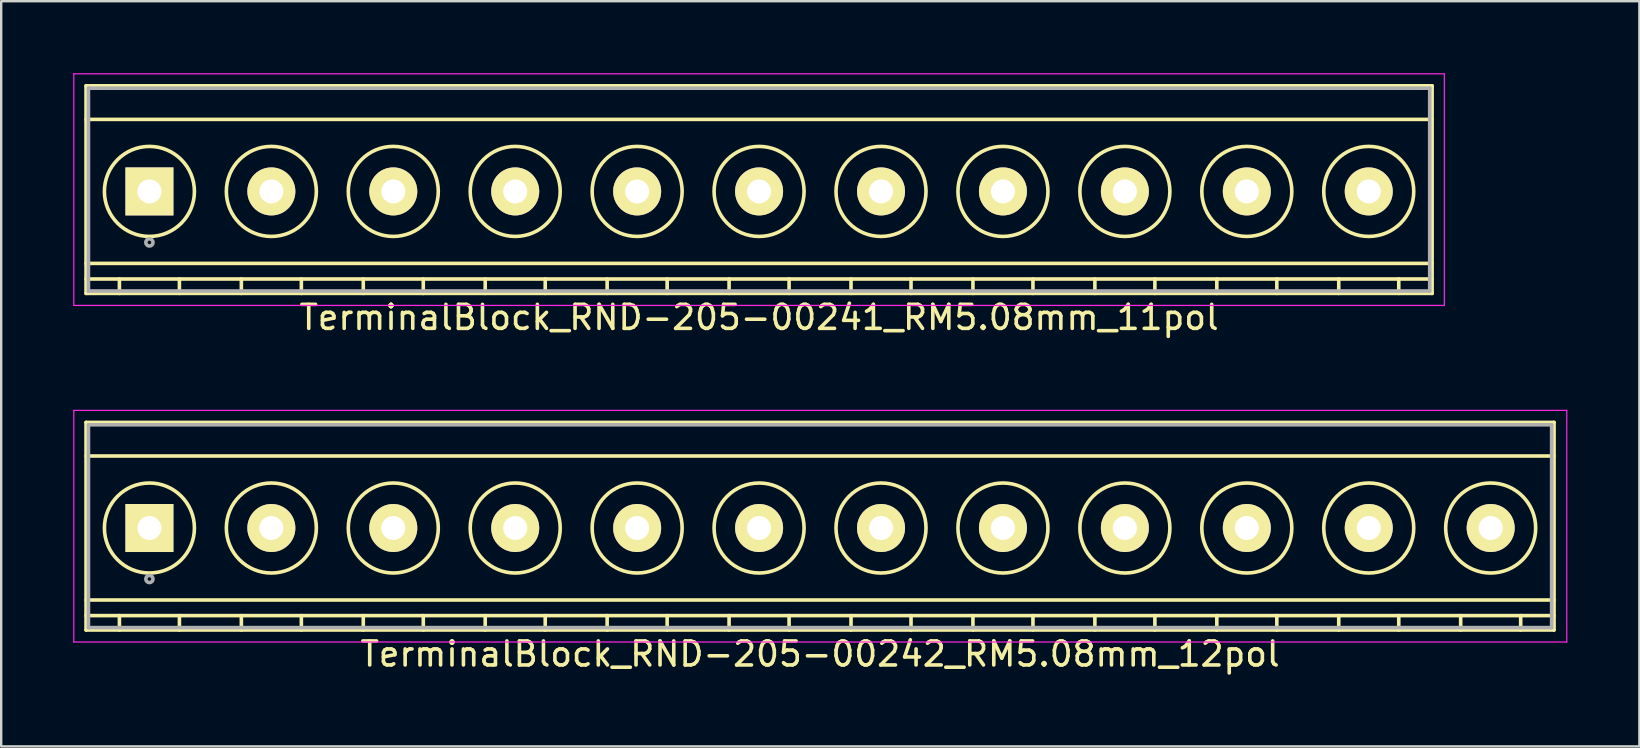
<source format=kicad_pcb>
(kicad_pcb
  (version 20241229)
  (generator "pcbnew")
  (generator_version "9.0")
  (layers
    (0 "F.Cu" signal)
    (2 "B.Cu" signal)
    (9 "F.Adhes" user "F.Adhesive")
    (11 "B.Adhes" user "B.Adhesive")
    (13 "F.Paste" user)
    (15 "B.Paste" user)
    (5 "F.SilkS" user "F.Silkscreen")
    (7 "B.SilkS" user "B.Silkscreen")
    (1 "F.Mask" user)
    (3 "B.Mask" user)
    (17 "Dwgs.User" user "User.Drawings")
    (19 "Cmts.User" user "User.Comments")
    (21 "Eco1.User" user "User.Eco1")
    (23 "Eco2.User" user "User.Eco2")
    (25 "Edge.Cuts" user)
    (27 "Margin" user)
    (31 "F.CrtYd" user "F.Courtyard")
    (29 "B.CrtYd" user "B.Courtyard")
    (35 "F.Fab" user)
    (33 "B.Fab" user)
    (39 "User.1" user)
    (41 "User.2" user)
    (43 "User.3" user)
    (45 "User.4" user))
  (footprint "TerminalBlock_RND-205-00241_RM5.08mm_11pol"
    (layer "F.Cu")
    (at 3.175 4.925)
    (property "Reference" "TerminalBlock_RND-205-00241_RM5.08mm_11pol" (at 25.4 5.25 0) (layer "F.SilkS") (effects (font (size 1 1) (thickness 0.15))))
    (attr through_hole)
    (fp_line (start -2.64 -4.4) (end 53.44 -4.4) (stroke (width 0.15) (type solid)) (layer "F.SilkS"))
    (fp_line (start -2.64 -3) (end 53.44 -3) (stroke (width 0.15) (type solid)) (layer "F.SilkS"))
    (fp_line (start -2.64 3) (end 53.44 3) (stroke (width 0.15) (type solid)) (layer "F.SilkS"))
    (fp_line (start -2.64 3.65) (end 53.44 3.65) (stroke (width 0.15) (type solid)) (layer "F.SilkS"))
    (fp_line (start -2.64 4.25) (end -2.64 -4.4) (stroke (width 0.15) (type solid)) (layer "F.SilkS"))
    (fp_line (start -1.25 3.65) (end -1.25 4.25) (stroke (width 0.15) (type solid)) (layer "F.SilkS"))
    (fp_line (start 1.25 3.65) (end 1.25 4.25) (stroke (width 0.15) (type solid)) (layer "F.SilkS"))
    (fp_line (start 3.83 3.65) (end 3.83 4.25) (stroke (width 0.15) (type solid)) (layer "F.SilkS"))
    (fp_line (start 6.33 3.65) (end 6.33 4.25) (stroke (width 0.15) (type solid)) (layer "F.SilkS"))
    (fp_line (start 8.91 3.65) (end 8.91 4.25) (stroke (width 0.15) (type solid)) (layer "F.SilkS"))
    (fp_line (start 11.41 3.65) (end 11.41 4.25) (stroke (width 0.15) (type solid)) (layer "F.SilkS"))
    (fp_line (start 13.99 3.65) (end 13.99 4.25) (stroke (width 0.15) (type solid)) (layer "F.SilkS"))
    (fp_line (start 16.49 3.65) (end 16.49 4.25) (stroke (width 0.15) (type solid)) (layer "F.SilkS"))
    (fp_line (start 19.07 3.65) (end 19.07 4.25) (stroke (width 0.15) (type solid)) (layer "F.SilkS"))
    (fp_line (start 21.57 3.65) (end 21.57 4.25) (stroke (width 0.15) (type solid)) (layer "F.SilkS"))
    (fp_line (start 24.15 3.65) (end 24.15 4.25) (stroke (width 0.15) (type solid)) (layer "F.SilkS"))
    (fp_line (start 26.65 3.65) (end 26.65 4.25) (stroke (width 0.15) (type solid)) (layer "F.SilkS"))
    (fp_line (start 29.23 3.65) (end 29.23 4.25) (stroke (width 0.15) (type solid)) (layer "F.SilkS"))
    (fp_line (start 31.73 3.65) (end 31.73 4.25) (stroke (width 0.15) (type solid)) (layer "F.SilkS"))
    (fp_line (start 34.31 3.65) (end 34.31 4.25) (stroke (width 0.15) (type solid)) (layer "F.SilkS"))
    (fp_line (start 36.81 3.65) (end 36.81 4.25) (stroke (width 0.15) (type solid)) (layer "F.SilkS"))
    (fp_line (start 39.39 3.65) (end 39.39 4.25) (stroke (width 0.15) (type solid)) (layer "F.SilkS"))
    (fp_line (start 41.89 3.65) (end 41.89 4.25) (stroke (width 0.15) (type solid)) (layer "F.SilkS"))
    (fp_line (start 44.47 3.65) (end 44.47 4.25) (stroke (width 0.15) (type solid)) (layer "F.SilkS"))
    (fp_line (start 46.97 3.65) (end 46.97 4.25) (stroke (width 0.15) (type solid)) (layer "F.SilkS"))
    (fp_line (start 49.55 3.65) (end 49.55 4.25) (stroke (width 0.15) (type solid)) (layer "F.SilkS"))
    (fp_line (start 52.05 3.65) (end 52.05 4.25) (stroke (width 0.15) (type solid)) (layer "F.SilkS"))
    (fp_line (start 53.44 -4.4) (end 53.44 4.25) (stroke (width 0.15) (type solid)) (layer "F.SilkS"))
    (fp_line (start 53.44 4.25) (end -2.64 4.25) (stroke (width 0.15) (type solid)) (layer "F.SilkS"))
    (fp_circle (center 0 0) (end -1.875 0) (stroke (width 0.15) (type solid)) (fill no) (layer "F.SilkS"))
    (fp_circle (center 5.08 0) (end 3.205 0) (stroke (width 0.15) (type solid)) (fill no) (layer "F.SilkS"))
    (fp_circle (center 10.16 0) (end 8.285 0) (stroke (width 0.15) (type solid)) (fill no) (layer "F.SilkS"))
    (fp_circle (center 15.24 0) (end 13.365 0) (stroke (width 0.15) (type solid)) (fill no) (layer "F.SilkS"))
    (fp_circle (center 20.32 0) (end 18.445 0) (stroke (width 0.15) (type solid)) (fill no) (layer "F.SilkS"))
    (fp_circle (center 25.4 0) (end 23.525 0) (stroke (width 0.15) (type solid)) (fill no) (layer "F.SilkS"))
    (fp_circle (center 30.48 0) (end 28.605 0) (stroke (width 0.15) (type solid)) (fill no) (layer "F.SilkS"))
    (fp_circle (center 35.56 0) (end 33.685 0) (stroke (width 0.15) (type solid)) (fill no) (layer "F.SilkS"))
    (fp_circle (center 40.64 0) (end 38.765 0) (stroke (width 0.15) (type solid)) (fill no) (layer "F.SilkS"))
    (fp_circle (center 45.72 0) (end 43.845 0) (stroke (width 0.15) (type solid)) (fill no) (layer "F.SilkS"))
    (fp_circle (center 50.8 0) (end 48.925 0) (stroke (width 0.15) (type solid)) (fill no) (layer "F.SilkS"))
    (fp_line (start -3.15 -4.9) (end 53.95 -4.9) (stroke (width 0.05) (type solid)) (layer "F.CrtYd"))
    (fp_line (start -3.15 4.75) (end -3.15 -4.9) (stroke (width 0.05) (type solid)) (layer "F.CrtYd"))
    (fp_line (start 53.95 -4.9) (end 53.95 4.75) (stroke (width 0.05) (type solid)) (layer "F.CrtYd"))
    (fp_line (start 53.95 4.75) (end -3.15 4.75) (stroke (width 0.05) (type solid)) (layer "F.CrtYd"))
    (fp_line (start -2.54 -4.3) (end 53.34 -4.3) (stroke (width 0.15) (type solid)) (layer "F.Fab"))
    (fp_line (start -2.54 4.15) (end -2.54 -4.3) (stroke (width 0.15) (type solid)) (layer "F.Fab"))
    (fp_line (start 53.34 -4.3) (end 53.34 4.15) (stroke (width 0.15) (type solid)) (layer "F.Fab"))
    (fp_line (start 53.34 4.15) (end -2.54 4.15) (stroke (width 0.15) (type solid)) (layer "F.Fab"))
    (fp_circle (center 0 2.125) (end -0.15 2.125) (stroke (width 0.15) (type solid)) (fill no) (layer "F.Fab"))
    (pad "1" thru_hole rect (at 0 0) (size 2 2) (drill 1) (layers "*.Cu" "*.Mask" "F.SilkS"))
    (pad "2" thru_hole circle (at 5.08 0) (size 2 2) (drill 1) (layers "*.Cu" "*.Mask" "F.SilkS"))
    (pad "3" thru_hole circle (at 10.16 0) (size 2 2) (drill 1) (layers "*.Cu" "*.Mask" "F.SilkS"))
    (pad "4" thru_hole circle (at 15.24 0) (size 2 2) (drill 1) (layers "*.Cu" "*.Mask" "F.SilkS"))
    (pad "5" thru_hole circle (at 20.32 0) (size 2 2) (drill 1) (layers "*.Cu" "*.Mask" "F.SilkS"))
    (pad "6" thru_hole circle (at 25.4 0) (size 2 2) (drill 1) (layers "*.Cu" "*.Mask" "F.SilkS"))
    (pad "7" thru_hole circle (at 30.48 0) (size 2 2) (drill 1) (layers "*.Cu" "*.Mask" "F.SilkS"))
    (pad "8" thru_hole circle (at 35.56 0) (size 2 2) (drill 1) (layers "*.Cu" "*.Mask" "F.SilkS"))
    (pad "9" thru_hole circle (at 40.64 0) (size 2 2) (drill 1) (layers "*.Cu" "*.Mask" "F.SilkS"))
    (pad "10" thru_hole circle (at 45.72 0) (size 2 2) (drill 1) (layers "*.Cu" "*.Mask" "F.SilkS"))
    (pad "11" thru_hole circle (at 50.8 0) (size 2 2) (drill 1) (layers "*.Cu" "*.Mask" "F.SilkS")))
  (footprint "TerminalBlock_RND-205-00242_RM5.08mm_12pol"
    (layer "F.Cu")
    (at 3.175 18.948)
    (property "Reference" "TerminalBlock_RND-205-00242_RM5.08mm_12pol" (at 27.94 5.25 0) (layer "F.SilkS") (effects (font (size 1 1) (thickness 0.15))))
    (attr through_hole)
    (fp_line (start -2.64 -4.4) (end 58.52 -4.4) (stroke (width 0.15) (type solid)) (layer "F.SilkS"))
    (fp_line (start -2.64 -3) (end 58.52 -3) (stroke (width 0.15) (type solid)) (layer "F.SilkS"))
    (fp_line (start -2.64 3) (end 58.52 3) (stroke (width 0.15) (type solid)) (layer "F.SilkS"))
    (fp_line (start -2.64 3.65) (end 58.52 3.65) (stroke (width 0.15) (type solid)) (layer "F.SilkS"))
    (fp_line (start -2.64 4.25) (end -2.64 -4.4) (stroke (width 0.15) (type solid)) (layer "F.SilkS"))
    (fp_line (start -1.25 3.65) (end -1.25 4.25) (stroke (width 0.15) (type solid)) (layer "F.SilkS"))
    (fp_line (start 1.25 3.65) (end 1.25 4.25) (stroke (width 0.15) (type solid)) (layer "F.SilkS"))
    (fp_line (start 3.83 3.65) (end 3.83 4.25) (stroke (width 0.15) (type solid)) (layer "F.SilkS"))
    (fp_line (start 6.33 3.65) (end 6.33 4.25) (stroke (width 0.15) (type solid)) (layer "F.SilkS"))
    (fp_line (start 8.91 3.65) (end 8.91 4.25) (stroke (width 0.15) (type solid)) (layer "F.SilkS"))
    (fp_line (start 11.41 3.65) (end 11.41 4.25) (stroke (width 0.15) (type solid)) (layer "F.SilkS"))
    (fp_line (start 13.99 3.65) (end 13.99 4.25) (stroke (width 0.15) (type solid)) (layer "F.SilkS"))
    (fp_line (start 16.49 3.65) (end 16.49 4.25) (stroke (width 0.15) (type solid)) (layer "F.SilkS"))
    (fp_line (start 19.07 3.65) (end 19.07 4.25) (stroke (width 0.15) (type solid)) (layer "F.SilkS"))
    (fp_line (start 21.57 3.65) (end 21.57 4.25) (stroke (width 0.15) (type solid)) (layer "F.SilkS"))
    (fp_line (start 24.15 3.65) (end 24.15 4.25) (stroke (width 0.15) (type solid)) (layer "F.SilkS"))
    (fp_line (start 26.65 3.65) (end 26.65 4.25) (stroke (width 0.15) (type solid)) (layer "F.SilkS"))
    (fp_line (start 29.23 3.65) (end 29.23 4.25) (stroke (width 0.15) (type solid)) (layer "F.SilkS"))
    (fp_line (start 31.73 3.65) (end 31.73 4.25) (stroke (width 0.15) (type solid)) (layer "F.SilkS"))
    (fp_line (start 34.31 3.65) (end 34.31 4.25) (stroke (width 0.15) (type solid)) (layer "F.SilkS"))
    (fp_line (start 36.81 3.65) (end 36.81 4.25) (stroke (width 0.15) (type solid)) (layer "F.SilkS"))
    (fp_line (start 39.39 3.65) (end 39.39 4.25) (stroke (width 0.15) (type solid)) (layer "F.SilkS"))
    (fp_line (start 41.89 3.65) (end 41.89 4.25) (stroke (width 0.15) (type solid)) (layer "F.SilkS"))
    (fp_line (start 44.47 3.65) (end 44.47 4.25) (stroke (width 0.15) (type solid)) (layer "F.SilkS"))
    (fp_line (start 46.97 3.65) (end 46.97 4.25) (stroke (width 0.15) (type solid)) (layer "F.SilkS"))
    (fp_line (start 49.55 3.65) (end 49.55 4.25) (stroke (width 0.15) (type solid)) (layer "F.SilkS"))
    (fp_line (start 52.05 3.65) (end 52.05 4.25) (stroke (width 0.15) (type solid)) (layer "F.SilkS"))
    (fp_line (start 54.63 3.65) (end 54.63 4.25) (stroke (width 0.15) (type solid)) (layer "F.SilkS"))
    (fp_line (start 57.13 3.65) (end 57.13 4.25) (stroke (width 0.15) (type solid)) (layer "F.SilkS"))
    (fp_line (start 58.52 -4.4) (end 58.52 4.25) (stroke (width 0.15) (type solid)) (layer "F.SilkS"))
    (fp_line (start 58.52 4.25) (end -2.64 4.25) (stroke (width 0.15) (type solid)) (layer "F.SilkS"))
    (fp_circle (center 0 0) (end -1.875 0) (stroke (width 0.15) (type solid)) (fill no) (layer "F.SilkS"))
    (fp_circle (center 5.08 0) (end 3.205 0) (stroke (width 0.15) (type solid)) (fill no) (layer "F.SilkS"))
    (fp_circle (center 10.16 0) (end 8.285 0) (stroke (width 0.15) (type solid)) (fill no) (layer "F.SilkS"))
    (fp_circle (center 15.24 0) (end 13.365 0) (stroke (width 0.15) (type solid)) (fill no) (layer "F.SilkS"))
    (fp_circle (center 20.32 0) (end 18.445 0) (stroke (width 0.15) (type solid)) (fill no) (layer "F.SilkS"))
    (fp_circle (center 25.4 0) (end 23.525 0) (stroke (width 0.15) (type solid)) (fill no) (layer "F.SilkS"))
    (fp_circle (center 30.48 0) (end 28.605 0) (stroke (width 0.15) (type solid)) (fill no) (layer "F.SilkS"))
    (fp_circle (center 35.56 0) (end 33.685 0) (stroke (width 0.15) (type solid)) (fill no) (layer "F.SilkS"))
    (fp_circle (center 40.64 0) (end 38.765 0) (stroke (width 0.15) (type solid)) (fill no) (layer "F.SilkS"))
    (fp_circle (center 45.72 0) (end 43.845 0) (stroke (width 0.15) (type solid)) (fill no) (layer "F.SilkS"))
    (fp_circle (center 50.8 0) (end 48.925 0) (stroke (width 0.15) (type solid)) (fill no) (layer "F.SilkS"))
    (fp_circle (center 55.88 0) (end 54.005 0) (stroke (width 0.15) (type solid)) (fill no) (layer "F.SilkS"))
    (fp_line (start -3.15 -4.9) (end 59.05 -4.9) (stroke (width 0.05) (type solid)) (layer "F.CrtYd"))
    (fp_line (start -3.15 4.75) (end -3.15 -4.9) (stroke (width 0.05) (type solid)) (layer "F.CrtYd"))
    (fp_line (start 59.05 -4.9) (end 59.05 4.75) (stroke (width 0.05) (type solid)) (layer "F.CrtYd"))
    (fp_line (start 59.05 4.75) (end -3.15 4.75) (stroke (width 0.05) (type solid)) (layer "F.CrtYd"))
    (fp_line (start -2.54 -4.3) (end 58.42 -4.3) (stroke (width 0.15) (type solid)) (layer "F.Fab"))
    (fp_line (start -2.54 4.15) (end -2.54 -4.3) (stroke (width 0.15) (type solid)) (layer "F.Fab"))
    (fp_line (start 58.42 -4.3) (end 58.42 4.15) (stroke (width 0.15) (type solid)) (layer "F.Fab"))
    (fp_line (start 58.42 4.15) (end -2.54 4.15) (stroke (width 0.15) (type solid)) (layer "F.Fab"))
    (fp_circle (center 0 2.125) (end -0.15 2.125) (stroke (width 0.15) (type solid)) (fill no) (layer "F.Fab"))
    (pad "1" thru_hole rect (at 0 0) (size 2 2) (drill 1) (layers "*.Cu" "*.Mask" "F.SilkS"))
    (pad "2" thru_hole circle (at 5.08 0) (size 2 2) (drill 1) (layers "*.Cu" "*.Mask" "F.SilkS"))
    (pad "3" thru_hole circle (at 10.16 0) (size 2 2) (drill 1) (layers "*.Cu" "*.Mask" "F.SilkS"))
    (pad "4" thru_hole circle (at 15.24 0) (size 2 2) (drill 1) (layers "*.Cu" "*.Mask" "F.SilkS"))
    (pad "5" thru_hole circle (at 20.32 0) (size 2 2) (drill 1) (layers "*.Cu" "*.Mask" "F.SilkS"))
    (pad "6" thru_hole circle (at 25.4 0) (size 2 2) (drill 1) (layers "*.Cu" "*.Mask" "F.SilkS"))
    (pad "7" thru_hole circle (at 30.48 0) (size 2 2) (drill 1) (layers "*.Cu" "*.Mask" "F.SilkS"))
    (pad "8" thru_hole circle (at 35.56 0) (size 2 2) (drill 1) (layers "*.Cu" "*.Mask" "F.SilkS"))
    (pad "9" thru_hole circle (at 40.64 0) (size 2 2) (drill 1) (layers "*.Cu" "*.Mask" "F.SilkS"))
    (pad "10" thru_hole circle (at 45.72 0) (size 2 2) (drill 1) (layers "*.Cu" "*.Mask" "F.SilkS"))
    (pad "11" thru_hole circle (at 50.8 0) (size 2 2) (drill 1) (layers "*.Cu" "*.Mask" "F.SilkS"))
    (pad "12" thru_hole circle (at 55.88 0) (size 2 2) (drill 1) (layers "*.Cu" "*.Mask" "F.SilkS")))
  (gr_rect
    (start -3 -3)
    (end 65.25 28.047)
    (stroke (width 0.1) (type default))
    (fill no)
    (layer "Edge.Cuts")))
</source>
